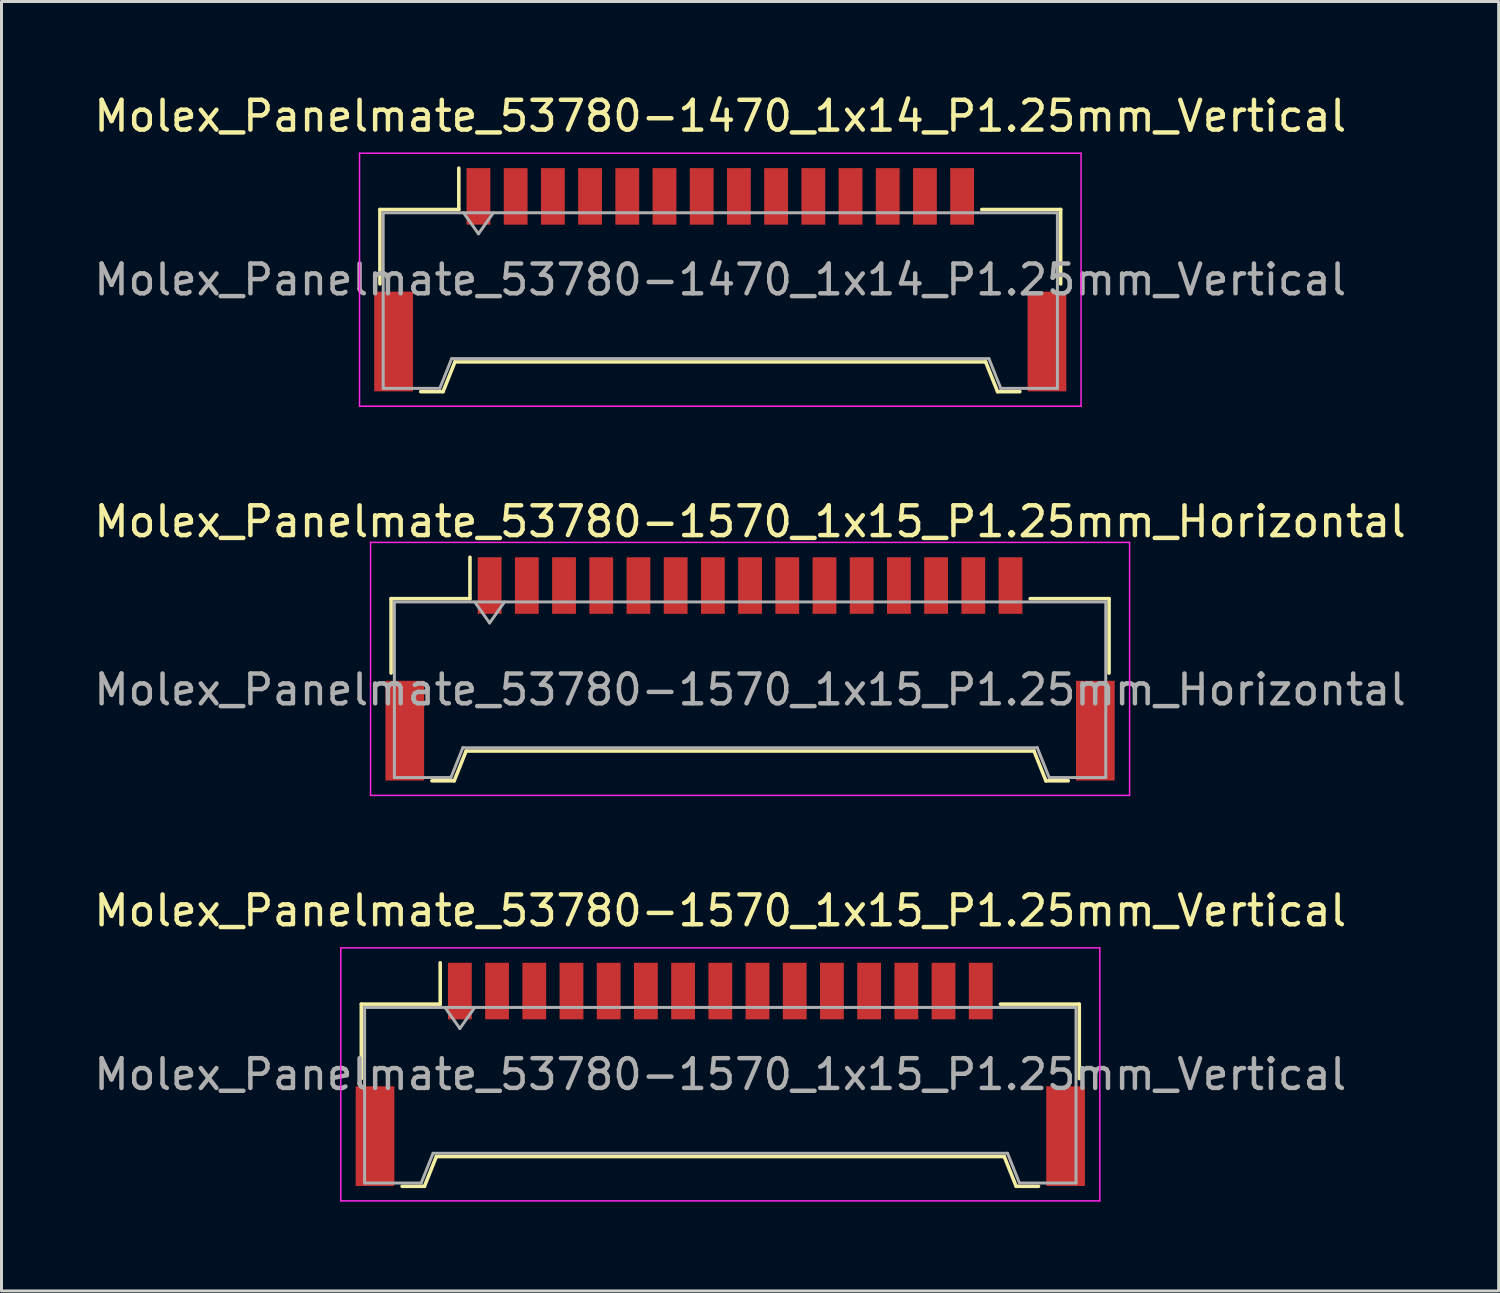
<source format=kicad_pcb>
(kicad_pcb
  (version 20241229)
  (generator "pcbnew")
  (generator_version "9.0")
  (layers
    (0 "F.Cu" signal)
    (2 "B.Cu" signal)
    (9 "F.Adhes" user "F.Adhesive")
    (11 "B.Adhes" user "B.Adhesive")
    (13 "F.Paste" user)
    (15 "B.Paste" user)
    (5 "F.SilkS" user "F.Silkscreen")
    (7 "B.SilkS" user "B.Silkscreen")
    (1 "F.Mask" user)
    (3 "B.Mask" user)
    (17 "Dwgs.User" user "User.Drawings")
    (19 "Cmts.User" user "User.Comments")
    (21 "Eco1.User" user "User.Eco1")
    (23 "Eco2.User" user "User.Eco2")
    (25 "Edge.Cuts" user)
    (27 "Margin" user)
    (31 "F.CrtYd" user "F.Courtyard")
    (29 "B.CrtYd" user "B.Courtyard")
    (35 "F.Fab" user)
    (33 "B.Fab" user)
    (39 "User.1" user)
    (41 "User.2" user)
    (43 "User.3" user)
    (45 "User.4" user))
  (footprint "Molex_Panelmate_53780-1570_1x15_P1.25mm_Vertical"
    (layer "F.Cu")
    (at 21.149 33.045)
    (property "Reference" "Molex_Panelmate_53780-1570_1x15_P1.25mm_Vertical" (at 0 -5.5 0) (layer "F.SilkS") (effects (font (size 1 1) (thickness 0.15))))
    (attr smd)
    (fp_line (start -12.06 -2.36) (end -9.41 -2.36) (stroke (width 0.12) (type solid)) (layer "F.SilkS"))
    (fp_line (start -12.06 0.14) (end -12.06 -2.36) (stroke (width 0.12) (type solid)) (layer "F.SilkS"))
    (fp_line (start -10.69 3.76) (end -9.94 3.76) (stroke (width 0.12) (type solid)) (layer "F.SilkS"))
    (fp_line (start -9.94 3.76) (end -9.54 2.76) (stroke (width 0.12) (type solid)) (layer "F.SilkS"))
    (fp_line (start -9.54 2.76) (end 9.54 2.76) (stroke (width 0.12) (type solid)) (layer "F.SilkS"))
    (fp_line (start -9.41 -2.36) (end -9.41 -3.75) (stroke (width 0.12) (type solid)) (layer "F.SilkS"))
    (fp_line (start 9.54 2.76) (end 9.94 3.76) (stroke (width 0.12) (type solid)) (layer "F.SilkS"))
    (fp_line (start 9.94 3.76) (end 10.69 3.76) (stroke (width 0.12) (type solid)) (layer "F.SilkS"))
    (fp_line (start 12.06 -2.36) (end 9.41 -2.36) (stroke (width 0.12) (type solid)) (layer "F.SilkS"))
    (fp_line (start 12.06 0.14) (end 12.06 -2.36) (stroke (width 0.12) (type solid)) (layer "F.SilkS"))
    (fp_line (start -12.75 -4.25) (end -12.75 4.25) (stroke (width 0.05) (type solid)) (layer "F.CrtYd"))
    (fp_line (start -12.75 4.25) (end 12.75 4.25) (stroke (width 0.05) (type solid)) (layer "F.CrtYd"))
    (fp_line (start 12.75 -4.25) (end -12.75 -4.25) (stroke (width 0.05) (type solid)) (layer "F.CrtYd"))
    (fp_line (start 12.75 4.25) (end 12.75 -4.25) (stroke (width 0.05) (type solid)) (layer "F.CrtYd"))
    (fp_line (start -11.95 -2.25) (end -11.95 3.65) (stroke (width 0.1) (type solid)) (layer "F.Fab"))
    (fp_line (start -11.95 -2.25) (end 11.95 -2.25) (stroke (width 0.1) (type solid)) (layer "F.Fab"))
    (fp_line (start -11.95 3.65) (end -10.05 3.65) (stroke (width 0.1) (type solid)) (layer "F.Fab"))
    (fp_line (start -10.05 3.65) (end -9.65 2.65) (stroke (width 0.1) (type solid)) (layer "F.Fab"))
    (fp_line (start -9.65 2.65) (end 9.65 2.65) (stroke (width 0.1) (type solid)) (layer "F.Fab"))
    (fp_line (start -9.25 -2.25) (end -8.75 -1.543) (stroke (width 0.1) (type solid)) (layer "F.Fab"))
    (fp_line (start -8.75 -1.543) (end -8.25 -2.25) (stroke (width 0.1) (type solid)) (layer "F.Fab"))
    (fp_line (start 9.65 2.65) (end 10.05 3.65) (stroke (width 0.1) (type solid)) (layer "F.Fab"))
    (fp_line (start 10.05 3.65) (end 11.95 3.65) (stroke (width 0.1) (type solid)) (layer "F.Fab"))
    (fp_line (start 11.95 -2.25) (end 11.95 3.65) (stroke (width 0.1) (type solid)) (layer "F.Fab"))
    (fp_text user "${REFERENCE}" (at 0 0 0) (layer "F.Fab") (effects (font (size 1 1) (thickness 0.15))))
    (pad "" smd rect (at -11.6 2.075) (size 1.3 3.35) (layers "F.Cu" "F.Mask" "F.Paste"))
    (pad "" smd rect (at 11.6 2.075) (size 1.3 3.35) (layers "F.Cu" "F.Mask" "F.Paste"))
    (pad "1" smd rect (at -8.75 -2.8) (size 0.8 1.9) (layers "F.Cu" "F.Mask" "F.Paste"))
    (pad "2" smd rect (at -7.5 -2.8) (size 0.8 1.9) (layers "F.Cu" "F.Mask" "F.Paste"))
    (pad "3" smd rect (at -6.25 -2.8) (size 0.8 1.9) (layers "F.Cu" "F.Mask" "F.Paste"))
    (pad "4" smd rect (at -5 -2.8) (size 0.8 1.9) (layers "F.Cu" "F.Mask" "F.Paste"))
    (pad "5" smd rect (at -3.75 -2.8) (size 0.8 1.9) (layers "F.Cu" "F.Mask" "F.Paste"))
    (pad "6" smd rect (at -2.5 -2.8) (size 0.8 1.9) (layers "F.Cu" "F.Mask" "F.Paste"))
    (pad "7" smd rect (at -1.25 -2.8) (size 0.8 1.9) (layers "F.Cu" "F.Mask" "F.Paste"))
    (pad "8" smd rect (at 0 -2.8) (size 0.8 1.9) (layers "F.Cu" "F.Mask" "F.Paste"))
    (pad "9" smd rect (at 1.25 -2.8) (size 0.8 1.9) (layers "F.Cu" "F.Mask" "F.Paste"))
    (pad "10" smd rect (at 2.5 -2.8) (size 0.8 1.9) (layers "F.Cu" "F.Mask" "F.Paste"))
    (pad "11" smd rect (at 3.75 -2.8) (size 0.8 1.9) (layers "F.Cu" "F.Mask" "F.Paste"))
    (pad "12" smd rect (at 5 -2.8) (size 0.8 1.9) (layers "F.Cu" "F.Mask" "F.Paste"))
    (pad "13" smd rect (at 6.25 -2.8) (size 0.8 1.9) (layers "F.Cu" "F.Mask" "F.Paste"))
    (pad "14" smd rect (at 7.5 -2.8) (size 0.8 1.9) (layers "F.Cu" "F.Mask" "F.Paste"))
    (pad "15" smd rect (at 8.75 -2.8) (size 0.8 1.9) (layers "F.Cu" "F.Mask" "F.Paste")))
  (footprint "Molex_Panelmate_53780-1470_1x14_P1.25mm_Vertical"
    (layer "F.Cu")
    (at 21.149 6.348)
    (property "Reference" "Molex_Panelmate_53780-1470_1x14_P1.25mm_Vertical" (at 0 -5.5 0) (layer "F.SilkS") (effects (font (size 1 1) (thickness 0.15))))
    (attr smd)
    (fp_line (start -11.435 -2.36) (end -8.785 -2.36) (stroke (width 0.12) (type solid)) (layer "F.SilkS"))
    (fp_line (start -11.435 0.14) (end -11.435 -2.36) (stroke (width 0.12) (type solid)) (layer "F.SilkS"))
    (fp_line (start -10.065 3.76) (end -9.315 3.76) (stroke (width 0.12) (type solid)) (layer "F.SilkS"))
    (fp_line (start -9.315 3.76) (end -8.915 2.76) (stroke (width 0.12) (type solid)) (layer "F.SilkS"))
    (fp_line (start -8.915 2.76) (end 8.915 2.76) (stroke (width 0.12) (type solid)) (layer "F.SilkS"))
    (fp_line (start -8.785 -2.36) (end -8.785 -3.75) (stroke (width 0.12) (type solid)) (layer "F.SilkS"))
    (fp_line (start 8.915 2.76) (end 9.315 3.76) (stroke (width 0.12) (type solid)) (layer "F.SilkS"))
    (fp_line (start 9.315 3.76) (end 10.065 3.76) (stroke (width 0.12) (type solid)) (layer "F.SilkS"))
    (fp_line (start 11.435 -2.36) (end 8.785 -2.36) (stroke (width 0.12) (type solid)) (layer "F.SilkS"))
    (fp_line (start 11.435 0.14) (end 11.435 -2.36) (stroke (width 0.12) (type solid)) (layer "F.SilkS"))
    (fp_line (start -12.12 -4.25) (end -12.12 4.25) (stroke (width 0.05) (type solid)) (layer "F.CrtYd"))
    (fp_line (start -12.12 4.25) (end 12.12 4.25) (stroke (width 0.05) (type solid)) (layer "F.CrtYd"))
    (fp_line (start 12.12 -4.25) (end -12.12 -4.25) (stroke (width 0.05) (type solid)) (layer "F.CrtYd"))
    (fp_line (start 12.12 4.25) (end 12.12 -4.25) (stroke (width 0.05) (type solid)) (layer "F.CrtYd"))
    (fp_line (start -11.325 -2.25) (end -11.325 3.65) (stroke (width 0.1) (type solid)) (layer "F.Fab"))
    (fp_line (start -11.325 -2.25) (end 11.325 -2.25) (stroke (width 0.1) (type solid)) (layer "F.Fab"))
    (fp_line (start -11.325 3.65) (end -9.425 3.65) (stroke (width 0.1) (type solid)) (layer "F.Fab"))
    (fp_line (start -9.425 3.65) (end -9.025 2.65) (stroke (width 0.1) (type solid)) (layer "F.Fab"))
    (fp_line (start -9.025 2.65) (end 9.025 2.65) (stroke (width 0.1) (type solid)) (layer "F.Fab"))
    (fp_line (start -8.625 -2.25) (end -8.125 -1.543) (stroke (width 0.1) (type solid)) (layer "F.Fab"))
    (fp_line (start -8.125 -1.543) (end -7.625 -2.25) (stroke (width 0.1) (type solid)) (layer "F.Fab"))
    (fp_line (start 9.025 2.65) (end 9.425 3.65) (stroke (width 0.1) (type solid)) (layer "F.Fab"))
    (fp_line (start 9.425 3.65) (end 11.325 3.65) (stroke (width 0.1) (type solid)) (layer "F.Fab"))
    (fp_line (start 11.325 -2.25) (end 11.325 3.65) (stroke (width 0.1) (type solid)) (layer "F.Fab"))
    (fp_text user "${REFERENCE}" (at 0 0 0) (layer "F.Fab") (effects (font (size 1 1) (thickness 0.15))))
    (pad "" smd rect (at -10.975 2.075) (size 1.3 3.35) (layers "F.Cu" "F.Mask" "F.Paste"))
    (pad "" smd rect (at 10.975 2.075) (size 1.3 3.35) (layers "F.Cu" "F.Mask" "F.Paste"))
    (pad "1" smd rect (at -8.125 -2.8) (size 0.8 1.9) (layers "F.Cu" "F.Mask" "F.Paste"))
    (pad "2" smd rect (at -6.875 -2.8) (size 0.8 1.9) (layers "F.Cu" "F.Mask" "F.Paste"))
    (pad "3" smd rect (at -5.625 -2.8) (size 0.8 1.9) (layers "F.Cu" "F.Mask" "F.Paste"))
    (pad "4" smd rect (at -4.375 -2.8) (size 0.8 1.9) (layers "F.Cu" "F.Mask" "F.Paste"))
    (pad "5" smd rect (at -3.125 -2.8) (size 0.8 1.9) (layers "F.Cu" "F.Mask" "F.Paste"))
    (pad "6" smd rect (at -1.875 -2.8) (size 0.8 1.9) (layers "F.Cu" "F.Mask" "F.Paste"))
    (pad "7" smd rect (at -0.625 -2.8) (size 0.8 1.9) (layers "F.Cu" "F.Mask" "F.Paste"))
    (pad "8" smd rect (at 0.625 -2.8) (size 0.8 1.9) (layers "F.Cu" "F.Mask" "F.Paste"))
    (pad "9" smd rect (at 1.875 -2.8) (size 0.8 1.9) (layers "F.Cu" "F.Mask" "F.Paste"))
    (pad "10" smd rect (at 3.125 -2.8) (size 0.8 1.9) (layers "F.Cu" "F.Mask" "F.Paste"))
    (pad "11" smd rect (at 4.375 -2.8) (size 0.8 1.9) (layers "F.Cu" "F.Mask" "F.Paste"))
    (pad "12" smd rect (at 5.625 -2.8) (size 0.8 1.9) (layers "F.Cu" "F.Mask" "F.Paste"))
    (pad "13" smd rect (at 6.875 -2.8) (size 0.8 1.9) (layers "F.Cu" "F.Mask" "F.Paste"))
    (pad "14" smd rect (at 8.125 -2.8) (size 0.8 1.9) (layers "F.Cu" "F.Mask" "F.Paste")))
  (footprint "Molex_Panelmate_53780-1570_1x15_P1.25mm_Horizontal"
    (layer "F.Cu")
    (at 22.149 19.422)
    (property "Reference" "Molex_Panelmate_53780-1570_1x15_P1.25mm_Horizontal" (at 0 -4.95 0) (layer "F.SilkS") (effects (font (size 1 1) (thickness 0.15))))
    (attr smd)
    (fp_line (start -12.06 -2.36) (end -9.41 -2.36) (stroke (width 0.12) (type solid)) (layer "F.SilkS"))
    (fp_line (start -12.06 0.14) (end -12.06 -2.36) (stroke (width 0.12) (type solid)) (layer "F.SilkS"))
    (fp_line (start -10.69 3.76) (end -9.94 3.76) (stroke (width 0.12) (type solid)) (layer "F.SilkS"))
    (fp_line (start -9.94 3.76) (end -9.54 2.76) (stroke (width 0.12) (type solid)) (layer "F.SilkS"))
    (fp_line (start -9.54 2.76) (end 9.54 2.76) (stroke (width 0.12) (type solid)) (layer "F.SilkS"))
    (fp_line (start -9.41 -2.36) (end -9.41 -3.75) (stroke (width 0.12) (type solid)) (layer "F.SilkS"))
    (fp_line (start 9.54 2.76) (end 9.94 3.76) (stroke (width 0.12) (type solid)) (layer "F.SilkS"))
    (fp_line (start 9.94 3.76) (end 10.69 3.76) (stroke (width 0.12) (type solid)) (layer "F.SilkS"))
    (fp_line (start 12.06 -2.36) (end 9.41 -2.36) (stroke (width 0.12) (type solid)) (layer "F.SilkS"))
    (fp_line (start 12.06 0.14) (end 12.06 -2.36) (stroke (width 0.12) (type solid)) (layer "F.SilkS"))
    (fp_line (start -12.75 -4.25) (end -12.75 4.25) (stroke (width 0.05) (type solid)) (layer "F.CrtYd"))
    (fp_line (start -12.75 4.25) (end 12.75 4.25) (stroke (width 0.05) (type solid)) (layer "F.CrtYd"))
    (fp_line (start 12.75 -4.25) (end -12.75 -4.25) (stroke (width 0.05) (type solid)) (layer "F.CrtYd"))
    (fp_line (start 12.75 4.25) (end 12.75 -4.25) (stroke (width 0.05) (type solid)) (layer "F.CrtYd"))
    (fp_line (start -11.95 -2.25) (end -11.95 3.65) (stroke (width 0.1) (type solid)) (layer "F.Fab"))
    (fp_line (start -11.95 -2.25) (end 11.95 -2.25) (stroke (width 0.1) (type solid)) (layer "F.Fab"))
    (fp_line (start -11.95 3.65) (end -10.05 3.65) (stroke (width 0.1) (type solid)) (layer "F.Fab"))
    (fp_line (start -10.05 3.65) (end -9.65 2.65) (stroke (width 0.1) (type solid)) (layer "F.Fab"))
    (fp_line (start -9.65 2.65) (end 9.65 2.65) (stroke (width 0.1) (type solid)) (layer "F.Fab"))
    (fp_line (start -9.25 -2.25) (end -8.75 -1.543) (stroke (width 0.1) (type solid)) (layer "F.Fab"))
    (fp_line (start -8.75 -1.543) (end -8.25 -2.25) (stroke (width 0.1) (type solid)) (layer "F.Fab"))
    (fp_line (start 9.65 2.65) (end 10.05 3.65) (stroke (width 0.1) (type solid)) (layer "F.Fab"))
    (fp_line (start 10.05 3.65) (end 11.95 3.65) (stroke (width 0.1) (type solid)) (layer "F.Fab"))
    (fp_line (start 11.95 -2.25) (end 11.95 3.65) (stroke (width 0.1) (type solid)) (layer "F.Fab"))
    (fp_text user "${REFERENCE}" (at 0 0.7 0) (layer "F.Fab") (effects (font (size 1 1) (thickness 0.15))))
    (pad "" smd rect (at -11.6 2.075) (size 1.3 3.35) (layers "F.Cu" "F.Mask" "F.Paste"))
    (pad "" smd rect (at 11.6 2.075) (size 1.3 3.35) (layers "F.Cu" "F.Mask" "F.Paste"))
    (pad "1" smd rect (at -8.75 -2.8) (size 0.8 1.9) (layers "F.Cu" "F.Mask" "F.Paste"))
    (pad "2" smd rect (at -7.5 -2.8) (size 0.8 1.9) (layers "F.Cu" "F.Mask" "F.Paste"))
    (pad "3" smd rect (at -6.25 -2.8) (size 0.8 1.9) (layers "F.Cu" "F.Mask" "F.Paste"))
    (pad "4" smd rect (at -5 -2.8) (size 0.8 1.9) (layers "F.Cu" "F.Mask" "F.Paste"))
    (pad "5" smd rect (at -3.75 -2.8) (size 0.8 1.9) (layers "F.Cu" "F.Mask" "F.Paste"))
    (pad "6" smd rect (at -2.5 -2.8) (size 0.8 1.9) (layers "F.Cu" "F.Mask" "F.Paste"))
    (pad "7" smd rect (at -1.25 -2.8) (size 0.8 1.9) (layers "F.Cu" "F.Mask" "F.Paste"))
    (pad "8" smd rect (at 0 -2.8) (size 0.8 1.9) (layers "F.Cu" "F.Mask" "F.Paste"))
    (pad "9" smd rect (at 1.25 -2.8) (size 0.8 1.9) (layers "F.Cu" "F.Mask" "F.Paste"))
    (pad "10" smd rect (at 2.5 -2.8) (size 0.8 1.9) (layers "F.Cu" "F.Mask" "F.Paste"))
    (pad "11" smd rect (at 3.75 -2.8) (size 0.8 1.9) (layers "F.Cu" "F.Mask" "F.Paste"))
    (pad "12" smd rect (at 5 -2.8) (size 0.8 1.9) (layers "F.Cu" "F.Mask" "F.Paste"))
    (pad "13" smd rect (at 6.25 -2.8) (size 0.8 1.9) (layers "F.Cu" "F.Mask" "F.Paste"))
    (pad "14" smd rect (at 7.5 -2.8) (size 0.8 1.9) (layers "F.Cu" "F.Mask" "F.Paste"))
    (pad "15" smd rect (at 8.75 -2.8) (size 0.8 1.9) (layers "F.Cu" "F.Mask" "F.Paste")))
  (gr_rect
    (start -3 -3)
    (end 47.298 40.32)
    (stroke (width 0.1) (type default))
    (fill no)
    (layer "Edge.Cuts")))
</source>
